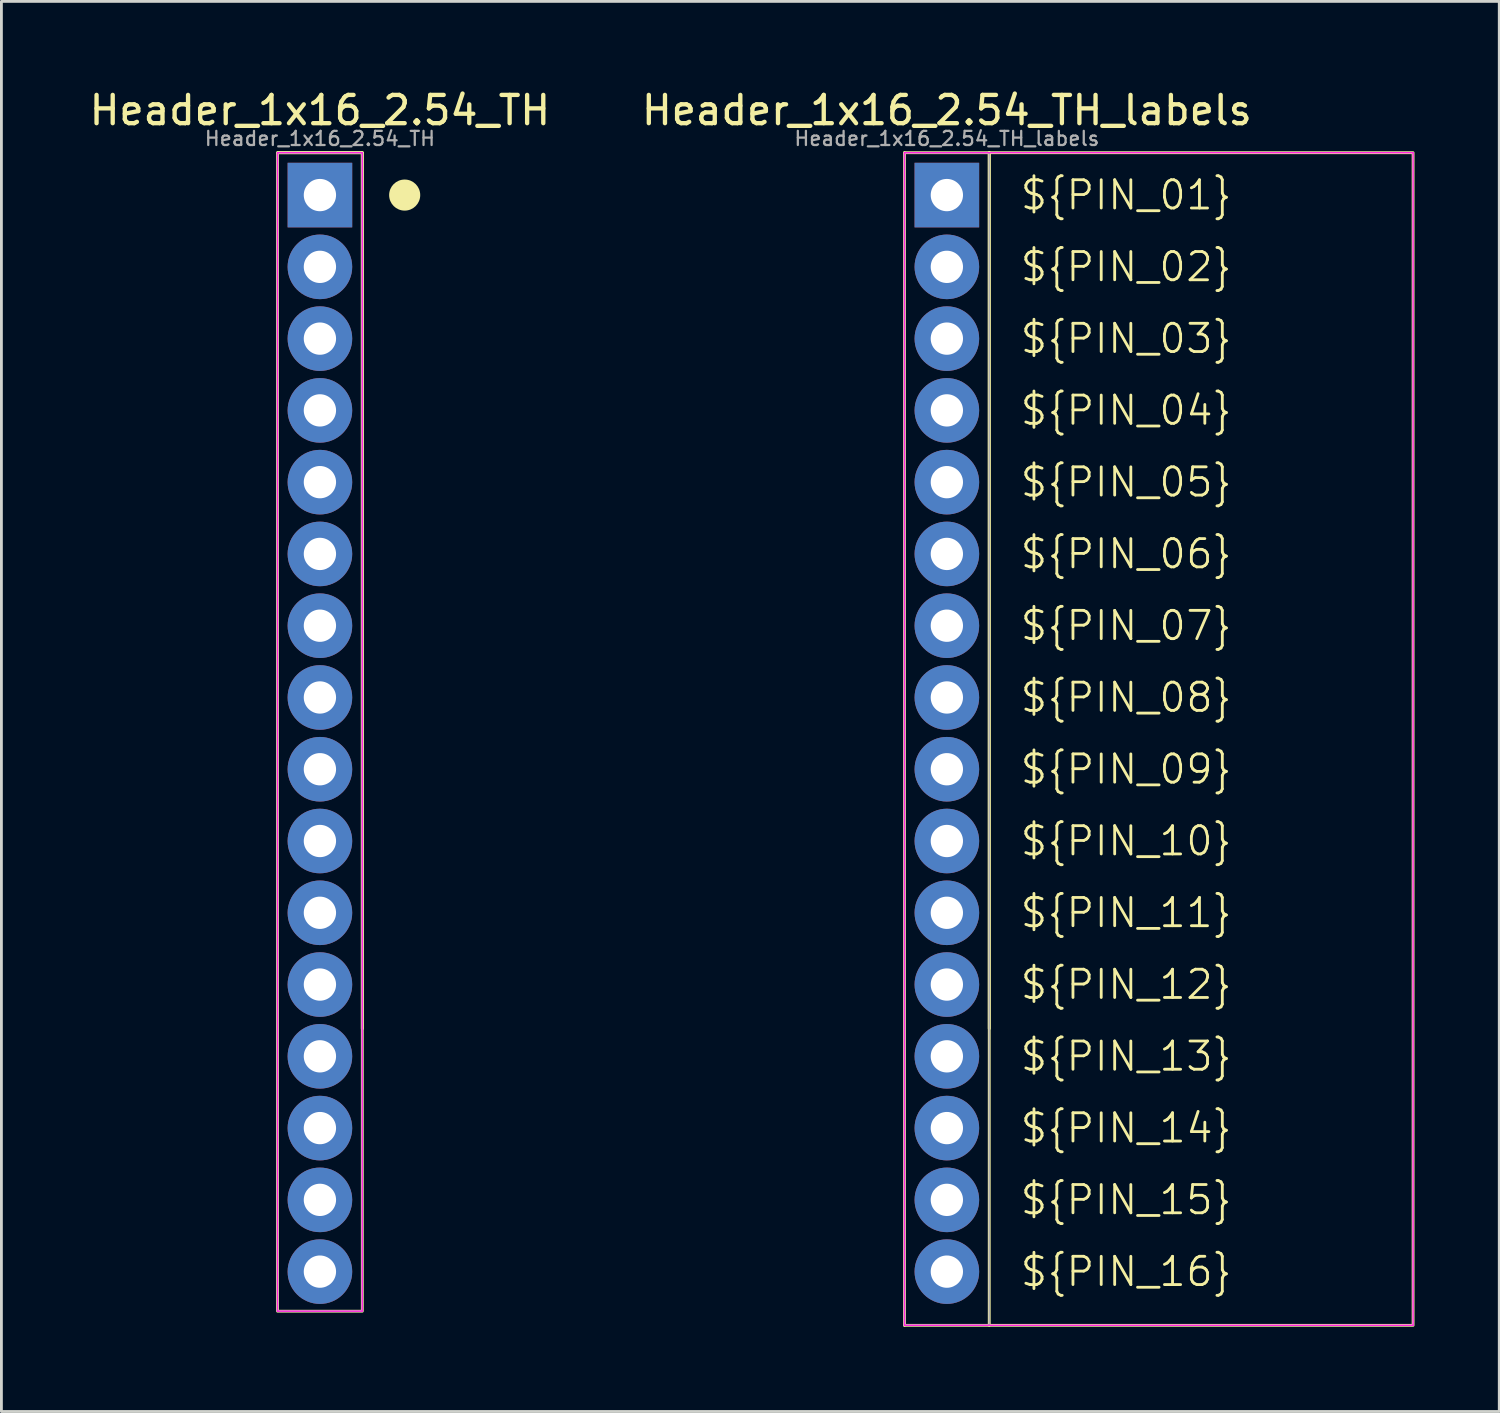
<source format=kicad_pcb>
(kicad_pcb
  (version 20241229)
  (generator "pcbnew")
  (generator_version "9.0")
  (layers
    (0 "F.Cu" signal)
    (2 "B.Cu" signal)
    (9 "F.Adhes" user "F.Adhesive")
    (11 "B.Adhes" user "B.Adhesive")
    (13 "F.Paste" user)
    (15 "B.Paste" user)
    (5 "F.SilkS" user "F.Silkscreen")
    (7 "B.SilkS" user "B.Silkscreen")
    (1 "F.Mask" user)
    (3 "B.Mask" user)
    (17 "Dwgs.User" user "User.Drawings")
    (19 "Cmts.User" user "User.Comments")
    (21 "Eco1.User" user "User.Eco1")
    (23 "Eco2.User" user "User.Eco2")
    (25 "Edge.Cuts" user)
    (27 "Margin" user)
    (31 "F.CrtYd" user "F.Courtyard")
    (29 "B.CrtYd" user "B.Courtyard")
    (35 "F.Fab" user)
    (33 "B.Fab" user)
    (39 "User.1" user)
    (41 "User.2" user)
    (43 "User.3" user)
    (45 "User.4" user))
  (footprint "Header_1x16_2.54_TH"
    (layer "F.Cu")
    (at 8.272 3.854)
    (property "Reference" "Header_1x16_2.54_TH" (at 0 -3 0) (layer "F.SilkS") (effects (font (size 1 1) (thickness 0.153))))
    (attr through_hole)
    (fp_line (start -1.5 -1.5) (end 1.5 -1.5) (stroke (width 0.1) (type default)) (layer "F.SilkS"))
    (fp_line (start 1.5 -1.5) (end 1.5 29.5) (stroke (width 0.1) (type default)) (layer "F.SilkS"))
    (fp_rect (start -1.5 -1.5) (end 1.5 39.5) (stroke (width 0.1) (type default)) (fill no) (layer "F.SilkS"))
    (fp_circle (center 3 0) (end 3.5 0) (stroke (width 0.1) (type solid)) (fill yes) (layer "F.SilkS"))
    (fp_line (start -1.5 -1.5) (end 1.5 -1.5) (stroke (width 0.05) (type default)) (layer "F.CrtYd"))
    (fp_line (start -1.5 39.5) (end -1.5 -1.5) (stroke (width 0.05) (type default)) (layer "F.CrtYd"))
    (fp_line (start 1.5 -1.5) (end 1.5 39.5) (stroke (width 0.05) (type default)) (layer "F.CrtYd"))
    (fp_line (start 1.5 39.5) (end -1.5 39.5) (stroke (width 0.05) (type default)) (layer "F.CrtYd"))
    (fp_line (start -1.5 -1.5) (end 1.5 -1.5) (stroke (width 0.05) (type default)) (layer "F.Fab"))
    (fp_line (start -1.5 39.5) (end -1.5 -1.5) (stroke (width 0.05) (type default)) (layer "F.Fab"))
    (fp_line (start 1.5 -1.5) (end 1.5 39.5) (stroke (width 0.05) (type default)) (layer "F.Fab"))
    (fp_line (start 1.5 39.5) (end -1.5 39.5) (stroke (width 0.05) (type default)) (layer "F.Fab"))
    (fp_text user "${REFERENCE}" (at 0 -2 0) (layer "F.Fab") (effects (font (size 0.5 0.5) (thickness 0.08))))
    (pad "1" thru_hole rect (at 0 0) (size 2.286 2.286) (drill 1.143) (layers "*.Cu" "*.Mask"))
    (pad "2" thru_hole circle (at 0 2.54) (size 2.286 2.286) (drill 1.143) (layers "*.Cu" "*.Mask"))
    (pad "3" thru_hole circle (at 0 5.08) (size 2.286 2.286) (drill 1.143) (layers "*.Cu" "*.Mask"))
    (pad "4" thru_hole circle (at 0 7.62) (size 2.286 2.286) (drill 1.143) (layers "*.Cu" "*.Mask"))
    (pad "5" thru_hole circle (at 0 10.16) (size 2.286 2.286) (drill 1.143) (layers "*.Cu" "*.Mask"))
    (pad "6" thru_hole circle (at 0 12.7) (size 2.286 2.286) (drill 1.143) (layers "*.Cu" "*.Mask"))
    (pad "7" thru_hole circle (at 0 15.24) (size 2.286 2.286) (drill 1.143) (layers "*.Cu" "*.Mask"))
    (pad "8" thru_hole circle (at 0 17.78) (size 2.286 2.286) (drill 1.143) (layers "*.Cu" "*.Mask"))
    (pad "9" thru_hole circle (at 0 20.32) (size 2.286 2.286) (drill 1.143) (layers "*.Cu" "*.Mask"))
    (pad "10" thru_hole circle (at 0 22.86) (size 2.286 2.286) (drill 1.143) (layers "*.Cu" "*.Mask"))
    (pad "11" thru_hole circle (at 0 25.4) (size 2.286 2.286) (drill 1.143) (layers "*.Cu" "*.Mask"))
    (pad "12" thru_hole circle (at 0 27.94) (size 2.286 2.286) (drill 1.143) (layers "*.Cu" "*.Mask"))
    (pad "13" thru_hole circle (at 0 30.48) (size 2.286 2.286) (drill 1.143) (layers "*.Cu" "*.Mask"))
    (pad "14" thru_hole circle (at 0 33.02) (size 2.286 2.286) (drill 1.143) (layers "*.Cu" "*.Mask"))
    (pad "15" thru_hole circle (at 0 35.56) (size 2.286 2.286) (drill 1.143) (layers "*.Cu" "*.Mask"))
    (pad "16" thru_hole circle (at 0 38.1) (size 2.286 2.286) (drill 1.143) (layers "*.Cu" "*.Mask")))
  (footprint "Header_1x16_2.54_TH_labels"
    (layer "F.Cu")
    (at 30.46 3.854)
    (property "Reference" "Header_1x16_2.54_TH_labels" (at 0 -3 0) (layer "F.SilkS") (effects (font (size 1 1) (thickness 0.153))))
    (attr through_hole)
    (fp_line (start -1.5 -1.5) (end 1.5 -1.5) (stroke (width 0.1) (type default)) (layer "F.SilkS"))
    (fp_line (start -1.5 40) (end -1.5 -1.5) (stroke (width 0.1) (type default)) (layer "F.SilkS"))
    (fp_line (start 1.5 -1.5) (end 1.5 29.5) (stroke (width 0.1) (type default)) (layer "F.SilkS"))
    (fp_line (start 1.5 40) (end -1.5 40) (stroke (width 0.1) (type default)) (layer "F.SilkS"))
    (fp_rect (start 1.5 -1.5) (end 16.5 40) (stroke (width 0.1) (type default)) (fill no) (layer "F.SilkS"))
    (fp_line (start -1.5 -1.5) (end 16.5 -1.5) (stroke (width 0.05) (type default)) (layer "F.CrtYd"))
    (fp_line (start -1.5 40) (end -1.5 -1.5) (stroke (width 0.05) (type default)) (layer "F.CrtYd"))
    (fp_line (start 16.5 -1.5) (end 16.5 40) (stroke (width 0.05) (type default)) (layer "F.CrtYd"))
    (fp_line (start 16.5 40) (end -1.5 40) (stroke (width 0.05) (type default)) (layer "F.CrtYd"))
    (fp_line (start -1.5 -1.5) (end 1.5 -1.5) (stroke (width 0.05) (type default)) (layer "F.Fab"))
    (fp_line (start -1.5 40) (end -1.5 -1.5) (stroke (width 0.05) (type default)) (layer "F.Fab"))
    (fp_line (start 1.5 -1.5) (end 1.5 40) (stroke (width 0.05) (type default)) (layer "F.Fab"))
    (fp_line (start 1.5 40) (end -1.5 40) (stroke (width 0.05) (type default)) (layer "F.Fab"))
    (fp_text user "${PIN_15}" (at 2.54 35.56 0) (unlocked yes) (layer "F.SilkS") (effects (font (size 1 1) (thickness 0.1)) (justify left)))
    (fp_text user "${PIN_11}" (at 2.54 25.4 0) (unlocked yes) (layer "F.SilkS") (effects (font (size 1 1) (thickness 0.1)) (justify left)))
    (fp_text user "${PIN_02}" (at 2.54 2.54 0) (unlocked yes) (layer "F.SilkS") (effects (font (size 1 1) (thickness 0.1)) (justify left)))
    (fp_text user "${PIN_13}" (at 2.54 30.48 0) (unlocked yes) (layer "F.SilkS") (effects (font (size 1 1) (thickness 0.1)) (justify left)))
    (fp_text user "${PIN_04}" (at 2.54 7.62 0) (unlocked yes) (layer "F.SilkS") (effects (font (size 1 1) (thickness 0.1)) (justify left)))
    (fp_text user "${PIN_01}" (at 2.54 0 0) (unlocked yes) (layer "F.SilkS") (effects (font (size 1 1) (thickness 0.1)) (justify left)))
    (fp_text user "${PIN_10}" (at 2.54 22.86 0) (unlocked yes) (layer "F.SilkS") (effects (font (size 1 1) (thickness 0.1)) (justify left)))
    (fp_text user "${PIN_08}" (at 2.54 17.78 0) (unlocked yes) (layer "F.SilkS") (effects (font (size 1 1) (thickness 0.1)) (justify left)))
    (fp_text user "${PIN_16}" (at 2.54 38.1 0) (unlocked yes) (layer "F.SilkS") (effects (font (size 1 1) (thickness 0.1)) (justify left)))
    (fp_text user "${PIN_14}" (at 2.54 33.02 0) (unlocked yes) (layer "F.SilkS") (effects (font (size 1 1) (thickness 0.1)) (justify left)))
    (fp_text user "${PIN_09}" (at 2.54 20.32 0) (unlocked yes) (layer "F.SilkS") (effects (font (size 1 1) (thickness 0.1)) (justify left)))
    (fp_text user "${PIN_05}" (at 2.54 10.16 0) (unlocked yes) (layer "F.SilkS") (effects (font (size 1 1) (thickness 0.1)) (justify left)))
    (fp_text user "${PIN_07}" (at 2.54 15.24 0) (unlocked yes) (layer "F.SilkS") (effects (font (size 1 1) (thickness 0.1)) (justify left)))
    (fp_text user "${PIN_03}" (at 2.54 5.08 0) (unlocked yes) (layer "F.SilkS") (effects (font (size 1 1) (thickness 0.1)) (justify left)))
    (fp_text user "${PIN_06}" (at 2.54 12.7 0) (unlocked yes) (layer "F.SilkS") (effects (font (size 1 1) (thickness 0.1)) (justify left)))
    (fp_text user "${PIN_12}" (at 2.54 27.94 0) (unlocked yes) (layer "F.SilkS") (effects (font (size 1 1) (thickness 0.1)) (justify left)))
    (fp_text user "${REFERENCE}" (at 0 -2 0) (layer "F.Fab") (effects (font (size 0.5 0.5) (thickness 0.08))))
    (pad "1" thru_hole rect (at 0 0) (size 2.286 2.286) (drill 1.143) (layers "*.Cu" "*.Mask"))
    (pad "2" thru_hole circle (at 0 2.54) (size 2.286 2.286) (drill 1.143) (layers "*.Cu" "*.Mask"))
    (pad "3" thru_hole circle (at 0 5.08) (size 2.286 2.286) (drill 1.143) (layers "*.Cu" "*.Mask"))
    (pad "4" thru_hole circle (at 0 7.62) (size 2.286 2.286) (drill 1.143) (layers "*.Cu" "*.Mask"))
    (pad "5" thru_hole circle (at 0 10.16) (size 2.286 2.286) (drill 1.143) (layers "*.Cu" "*.Mask"))
    (pad "6" thru_hole circle (at 0 12.7) (size 2.286 2.286) (drill 1.143) (layers "*.Cu" "*.Mask"))
    (pad "7" thru_hole circle (at 0 15.24) (size 2.286 2.286) (drill 1.143) (layers "*.Cu" "*.Mask"))
    (pad "8" thru_hole circle (at 0 17.78) (size 2.286 2.286) (drill 1.143) (layers "*.Cu" "*.Mask"))
    (pad "9" thru_hole circle (at 0 20.32) (size 2.286 2.286) (drill 1.143) (layers "*.Cu" "*.Mask"))
    (pad "10" thru_hole circle (at 0 22.86) (size 2.286 2.286) (drill 1.143) (layers "*.Cu" "*.Mask"))
    (pad "11" thru_hole circle (at 0 25.4) (size 2.286 2.286) (drill 1.143) (layers "*.Cu" "*.Mask"))
    (pad "12" thru_hole circle (at 0 27.94) (size 2.286 2.286) (drill 1.143) (layers "*.Cu" "*.Mask"))
    (pad "13" thru_hole circle (at 0 30.48) (size 2.286 2.286) (drill 1.143) (layers "*.Cu" "*.Mask"))
    (pad "14" thru_hole circle (at 0 33.02) (size 2.286 2.286) (drill 1.143) (layers "*.Cu" "*.Mask"))
    (pad "15" thru_hole circle (at 0 35.56) (size 2.286 2.286) (drill 1.143) (layers "*.Cu" "*.Mask"))
    (pad "16" thru_hole circle (at 0 38.1) (size 2.286 2.286) (drill 1.143) (layers "*.Cu" "*.Mask")))
  (gr_rect
    (start -3 -3)
    (end 50.01 46.904)
    (stroke (width 0.1) (type default))
    (fill no)
    (layer "Edge.Cuts")))
</source>
